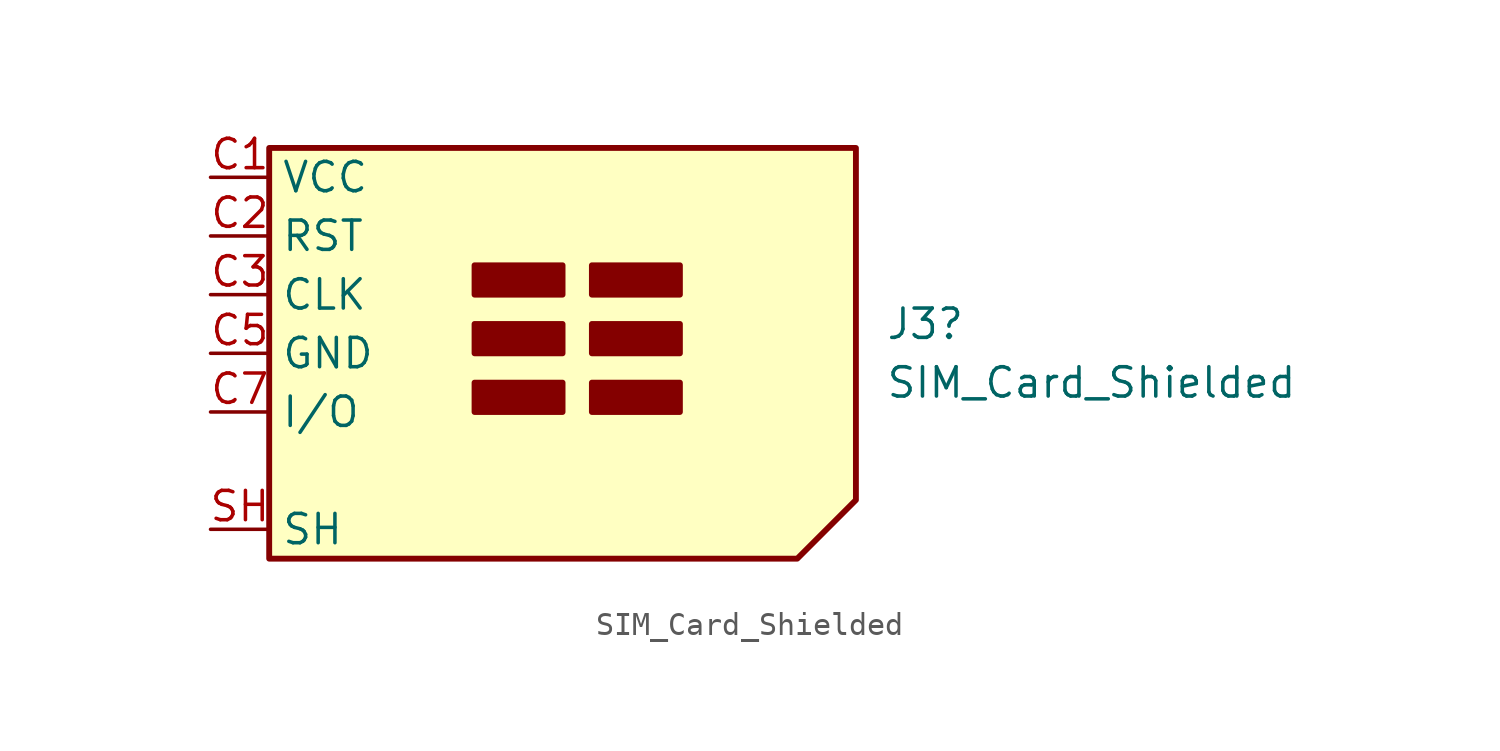
<source format=kicad_sym>
(kicad_symbol_lib
  (version 20231120)
  (generator "kicad_symbol_editor")
  (generator_version "8.0")
  (symbol "SIM_Card_Shielded"
    (property "Reference" "J3"
      (at 16.51 1.27 0)
      (effects (font (size 1.27 1.27)) (justify left)))
    (property "Value" "SIM_Card_Shielded"
      (at 16.51 -1.27 0)
      (effects (font (size 1.27 1.27)) (justify left)))
    (symbol "SIM_Card_Shielded_0_1"
      (rectangle (start -1.27 -2.54) (end 2.54 -1.27) (stroke (width 0.254) (type default)) (fill (type outline)))
      (rectangle (start -1.27 0) (end 2.54 1.27) (stroke (width 0.254) (type default)) (fill (type outline)))
      (rectangle (start -1.27 2.54) (end 2.54 3.81) (stroke (width 0.254) (type default)) (fill (type outline)))
      (polyline (pts (xy -10.16 8.89) (xy -10.16 -8.89) (xy 12.7 -8.89) (xy 15.24 -6.35) (xy 15.24 8.89) (xy -10.16 8.89)) (stroke (width 0.254) (type default)) (fill (type background)))
      (rectangle (start 3.81 -1.27) (end 7.62 -2.54) (stroke (width 0.254) (type default)) (fill (type outline)))
      (rectangle (start 3.81 0) (end 7.62 1.27) (stroke (width 0.254) (type default)) (fill (type outline)))
      (rectangle (start 3.81 2.54) (end 7.62 3.81) (stroke (width 0.254) (type default)) (fill (type outline))))
    (symbol "SIM_Card_Shielded_1_1"
      (pin power_in line (at -12.7 7.62 0) (length 2.54) (name "VCC" (effects (font (size 1.27 1.27)))) (number "C1" (effects (font (size 1.27 1.27)))))
      (pin input line (at -12.7 5.08 0) (length 2.54) (name "RST" (effects (font (size 1.27 1.27)))) (number "C2" (effects (font (size 1.27 1.27)))))
      (pin input line (at -12.7 2.54 0) (length 2.54) (name "CLK" (effects (font (size 1.27 1.27)))) (number "C3" (effects (font (size 1.27 1.27)))))
      (pin power_in line (at -12.7 0 0) (length 2.54) (name "GND" (effects (font (size 1.27 1.27)))) (number "C5" (effects (font (size 1.27 1.27)))))
      (pin bidirectional line (at -12.7 -2.54 0) (length 2.54) (name "I/O" (effects (font (size 1.27 1.27)))) (number "C7" (effects (font (size 1.27 1.27)))))
      (pin passive line (at -12.7 -7.62 0) (length 2.54) (name "SH" (effects (font (size 1.27 1.27)))) (number "SH" (effects (font (size 1.27 1.27))))))))
</source>
